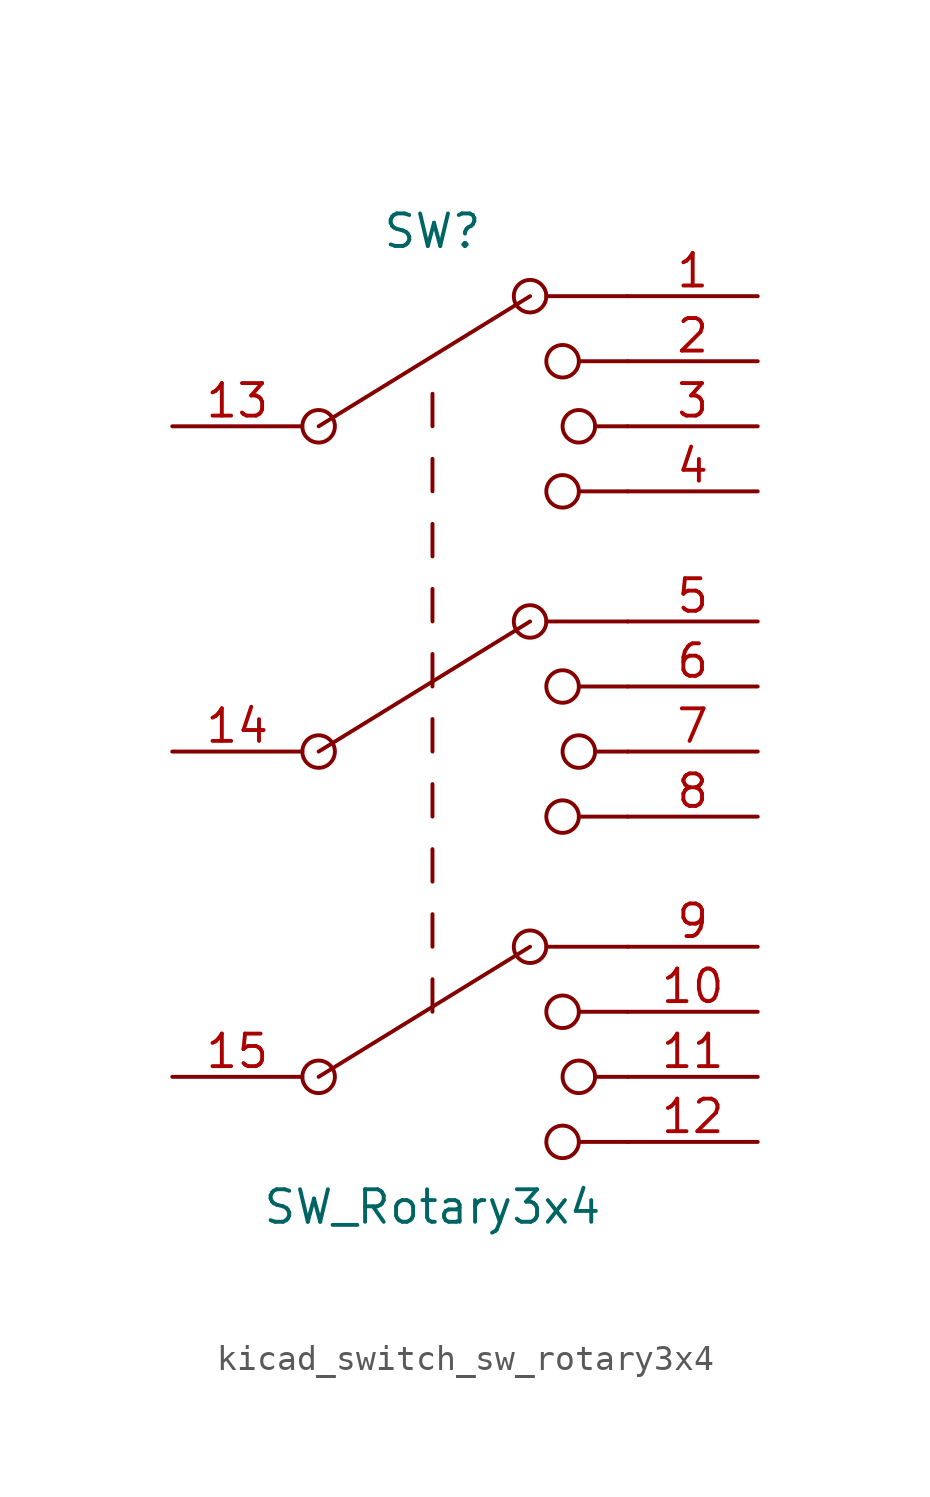
<source format=kicad_sym>
(kicad_symbol_lib
  (version 20220914)
  (generator kicad_symbol_editor)
  (symbol "kicad_switch_sw_rotary3x4"
    (pin_names
      (offset 1.016) hide)
    (property "Reference" "SW"
      (at 0 20.32 0)
      (effects (font (size 1.27 1.27))))
    (property "Value" "SW_Rotary3x4"
      (at 0 -17.78 0)
      (effects (font (size 1.27 1.27))))
    (symbol "kicad_switch_sw_rotary3x4_0_0"
      (circle (center -4.445 -12.7) (radius 0.635) (stroke (width 0) (type default)) (fill (type none)))
      (circle (center -4.445 0) (radius 0.635) (stroke (width 0) (type default)) (fill (type none)))
      (circle (center -4.445 12.7) (radius 0.635) (stroke (width 0) (type default)) (fill (type none)))
      (polyline (pts (xy -4.445 -12.7) (xy 3.81 -7.62)) (stroke (width 0) (type default)) (fill (type none)))
      (polyline (pts (xy -4.445 0) (xy 3.81 5.08)) (stroke (width 0) (type default)) (fill (type none)))
      (polyline (pts (xy -4.445 12.7) (xy 3.81 17.78)) (stroke (width 0) (type default)) (fill (type none)))
      (polyline (pts (xy 0 -10.16) (xy 0 -8.89)) (stroke (width 0) (type default)) (fill (type none)))
      (polyline (pts (xy 0 -7.62) (xy 0 -6.35)) (stroke (width 0) (type default)) (fill (type none)))
      (polyline (pts (xy 0 -5.08) (xy 0 -3.81)) (stroke (width 0) (type default)) (fill (type none)))
      (polyline (pts (xy 0 -2.54) (xy 0 -1.27)) (stroke (width 0) (type default)) (fill (type none)))
      (polyline (pts (xy 0 0) (xy 0 1.27)) (stroke (width 0) (type default)) (fill (type none)))
      (polyline (pts (xy 0 2.54) (xy 0 3.81)) (stroke (width 0) (type default)) (fill (type none)))
      (polyline (pts (xy 0 5.08) (xy 0 6.35)) (stroke (width 0) (type default)) (fill (type none)))
      (polyline (pts (xy 0 7.62) (xy 0 8.89)) (stroke (width 0) (type default)) (fill (type none)))
      (polyline (pts (xy 0 10.16) (xy 0 11.43)) (stroke (width 0) (type default)) (fill (type none)))
      (polyline (pts (xy 0 12.7) (xy 0 13.97)) (stroke (width 0) (type default)) (fill (type none)))
      (polyline (pts (xy 4.445 -7.62) (xy 7.62 -7.62)) (stroke (width 0) (type default)) (fill (type none)))
      (polyline (pts (xy 4.445 5.08) (xy 7.62 5.08)) (stroke (width 0) (type default)) (fill (type none)))
      (polyline (pts (xy 4.445 17.78) (xy 7.62 17.78)) (stroke (width 0) (type default)) (fill (type none)))
      (polyline (pts (xy 5.715 -15.24) (xy 7.62 -15.24)) (stroke (width 0) (type default)) (fill (type none)))
      (polyline (pts (xy 5.715 -10.16) (xy 7.62 -10.16)) (stroke (width 0) (type default)) (fill (type none)))
      (polyline (pts (xy 5.715 -2.54) (xy 7.62 -2.54)) (stroke (width 0) (type default)) (fill (type none)))
      (polyline (pts (xy 5.715 2.54) (xy 7.62 2.54)) (stroke (width 0) (type default)) (fill (type none)))
      (polyline (pts (xy 5.715 10.16) (xy 7.62 10.16)) (stroke (width 0) (type default)) (fill (type none)))
      (polyline (pts (xy 5.715 15.24) (xy 7.62 15.24)) (stroke (width 0) (type default)) (fill (type none)))
      (polyline (pts (xy 6.35 -12.7) (xy 7.62 -12.7)) (stroke (width 0) (type default)) (fill (type none)))
      (polyline (pts (xy 6.35 0) (xy 7.62 0)) (stroke (width 0) (type default)) (fill (type none)))
      (polyline (pts (xy 6.35 12.7) (xy 7.62 12.7)) (stroke (width 0) (type default)) (fill (type none)))
      (circle (center 3.81 -7.62) (radius 0.635) (stroke (width 0) (type default)) (fill (type none)))
      (circle (center 3.81 5.08) (radius 0.635) (stroke (width 0) (type default)) (fill (type none)))
      (circle (center 3.81 17.78) (radius 0.635) (stroke (width 0) (type default)) (fill (type none)))
      (circle (center 5.08 -15.24) (radius 0.635) (stroke (width 0) (type default)) (fill (type none)))
      (circle (center 5.08 -10.16) (radius 0.635) (stroke (width 0) (type default)) (fill (type none)))
      (circle (center 5.08 -2.54) (radius 0.635) (stroke (width 0) (type default)) (fill (type none)))
      (circle (center 5.08 2.54) (radius 0.635) (stroke (width 0) (type default)) (fill (type none)))
      (circle (center 5.08 10.16) (radius 0.635) (stroke (width 0) (type default)) (fill (type none)))
      (circle (center 5.08 15.24) (radius 0.635) (stroke (width 0) (type default)) (fill (type none)))
      (circle (center 5.715 -12.7) (radius 0.635) (stroke (width 0) (type default)) (fill (type none)))
      (circle (center 5.715 0) (radius 0.635) (stroke (width 0) (type default)) (fill (type none)))
      (circle (center 5.715 12.7) (radius 0.635) (stroke (width 0) (type default)) (fill (type none))))
    (symbol "kicad_switch_sw_rotary3x4_0_1"
      (pin passive line (at 12.7 17.78 180) (length 5.08) (name "1" (effects (font (size 1.27 1.27)))) (number "1" (effects (font (size 1.27 1.27)))))
      (pin passive line (at 12.7 -10.16 180) (length 5.08) (name "10" (effects (font (size 1.27 1.27)))) (number "10" (effects (font (size 1.27 1.27)))))
      (pin passive line (at 12.7 -12.7 180) (length 5.08) (name "11" (effects (font (size 1.27 1.27)))) (number "11" (effects (font (size 1.27 1.27)))))
      (pin passive line (at 12.7 -15.24 180) (length 5.08) (name "12" (effects (font (size 1.27 1.27)))) (number "12" (effects (font (size 1.27 1.27)))))
      (pin passive line (at -10.16 12.7 0) (length 5.08) (name "13" (effects (font (size 1.27 1.27)))) (number "13" (effects (font (size 1.27 1.27)))))
      (pin passive line (at -10.16 0 0) (length 5.08) (name "14" (effects (font (size 1.27 1.27)))) (number "14" (effects (font (size 1.27 1.27)))))
      (pin passive line (at -10.16 -12.7 0) (length 5.08) (name "15" (effects (font (size 1.27 1.27)))) (number "15" (effects (font (size 1.27 1.27)))))
      (pin passive line (at 12.7 15.24 180) (length 5.08) (name "2" (effects (font (size 1.27 1.27)))) (number "2" (effects (font (size 1.27 1.27)))))
      (pin passive line (at 12.7 12.7 180) (length 5.08) (name "3" (effects (font (size 1.27 1.27)))) (number "3" (effects (font (size 1.27 1.27)))))
      (pin passive line (at 12.7 10.16 180) (length 5.08) (name "4" (effects (font (size 1.27 1.27)))) (number "4" (effects (font (size 1.27 1.27)))))
      (pin passive line (at 12.7 5.08 180) (length 5.08) (name "5" (effects (font (size 1.27 1.27)))) (number "5" (effects (font (size 1.27 1.27)))))
      (pin passive line (at 12.7 2.54 180) (length 5.08) (name "6" (effects (font (size 1.27 1.27)))) (number "6" (effects (font (size 1.27 1.27)))))
      (pin passive line (at 12.7 0 180) (length 5.08) (name "7" (effects (font (size 1.27 1.27)))) (number "7" (effects (font (size 1.27 1.27)))))
      (pin passive line (at 12.7 -2.54 180) (length 5.08) (name "8" (effects (font (size 1.27 1.27)))) (number "8" (effects (font (size 1.27 1.27)))))
      (pin passive line (at 12.7 -7.62 180) (length 5.08) (name "9" (effects (font (size 1.27 1.27)))) (number "9" (effects (font (size 1.27 1.27))))))))
</source>
